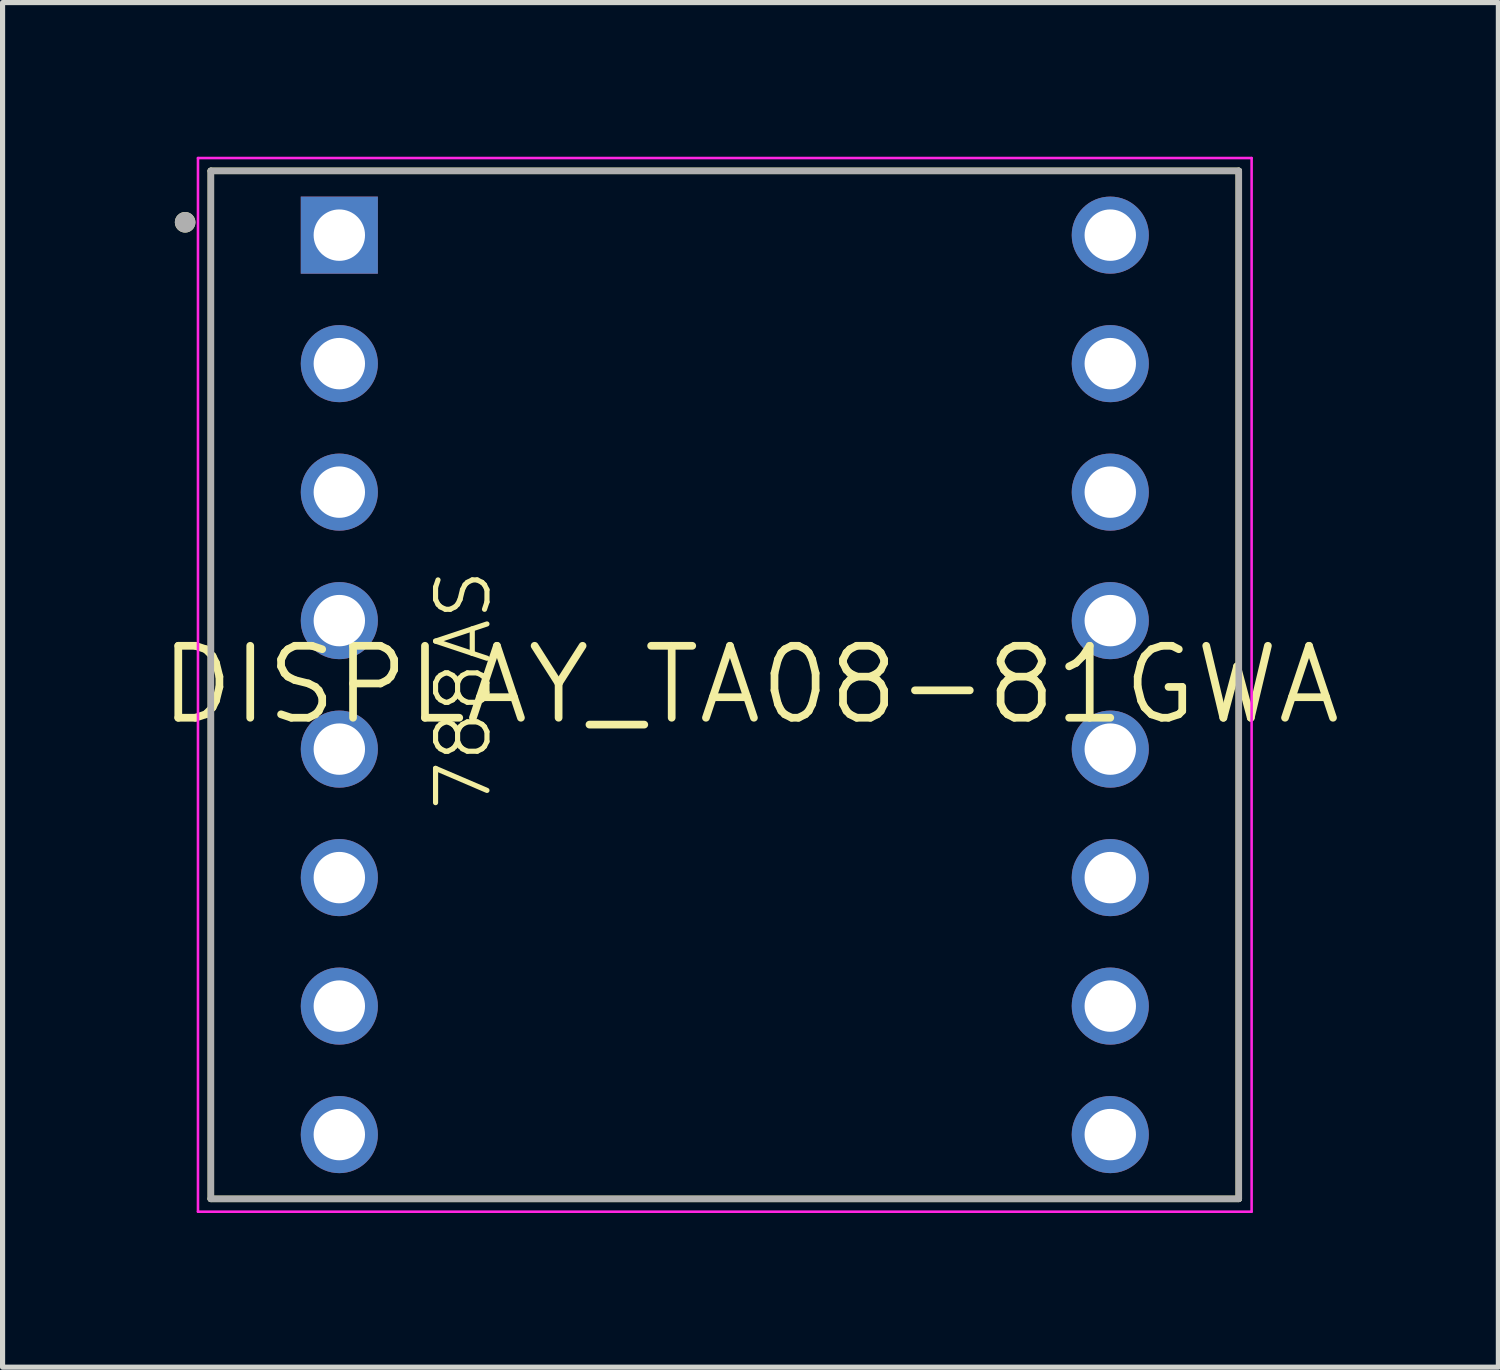
<source format=kicad_pcb>
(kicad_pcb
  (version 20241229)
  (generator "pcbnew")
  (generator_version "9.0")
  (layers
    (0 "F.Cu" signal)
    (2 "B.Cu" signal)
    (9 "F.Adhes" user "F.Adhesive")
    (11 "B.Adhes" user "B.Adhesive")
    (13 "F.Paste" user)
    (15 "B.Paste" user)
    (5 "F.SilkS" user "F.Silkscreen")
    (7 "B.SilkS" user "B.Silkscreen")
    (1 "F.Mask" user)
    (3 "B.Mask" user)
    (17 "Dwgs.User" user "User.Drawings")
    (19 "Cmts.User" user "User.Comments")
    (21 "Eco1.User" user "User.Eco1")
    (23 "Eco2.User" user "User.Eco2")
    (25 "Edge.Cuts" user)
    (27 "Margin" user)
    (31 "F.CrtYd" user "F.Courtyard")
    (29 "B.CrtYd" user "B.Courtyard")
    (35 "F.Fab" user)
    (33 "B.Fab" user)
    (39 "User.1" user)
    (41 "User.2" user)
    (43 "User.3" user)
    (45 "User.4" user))
  (footprint "DISPLAY_TA08-81GWA"
    (layer "F.Cu")
    (at 11.052 10.275)
    (property "Reference" "DISPLAY_TA08-81GWA" (at 0.5 0 0) (layer "F.SilkS") (effects (font (size 1.4 1.4) (thickness 0.15))))
    (attr through_hole)
    (fp_line (start -10 -10) (end -10 10) (stroke (width 0.127) (type solid)) (layer "F.SilkS"))
    (fp_line (start -10 10) (end 10 10) (stroke (width 0.127) (type solid)) (layer "F.SilkS"))
    (fp_line (start 10 -10) (end -10 -10) (stroke (width 0.127) (type solid)) (layer "F.SilkS"))
    (fp_line (start 10 10) (end 10 -10) (stroke (width 0.127) (type solid)) (layer "F.SilkS"))
    (fp_circle (center -10.5 -9) (end -10.4 -9) (stroke (width 0.2) (type solid)) (fill no) (layer "F.SilkS"))
    (fp_line (start -10.25 -10.25) (end -10.25 10.25) (stroke (width 0.05) (type solid)) (layer "F.CrtYd"))
    (fp_line (start -10.25 10.25) (end 10.25 10.25) (stroke (width 0.05) (type solid)) (layer "F.CrtYd"))
    (fp_line (start 10.25 -10.25) (end -10.25 -10.25) (stroke (width 0.05) (type solid)) (layer "F.CrtYd"))
    (fp_line (start 10.25 10.25) (end 10.25 -10.25) (stroke (width 0.05) (type solid)) (layer "F.CrtYd"))
    (fp_line (start -10 -10) (end -10 10) (stroke (width 0.127) (type solid)) (layer "F.Fab"))
    (fp_line (start -10 10) (end 10 10) (stroke (width 0.127) (type solid)) (layer "F.Fab"))
    (fp_line (start 10 -10) (end -10 -10) (stroke (width 0.127) (type solid)) (layer "F.Fab"))
    (fp_line (start 10 10) (end 10 -10) (stroke (width 0.127) (type solid)) (layer "F.Fab"))
    (fp_circle (center -10.5 -9) (end -10.4 -9) (stroke (width 0.2) (type solid)) (fill no) (layer "F.Fab"))
    (fp_text user "788AS" (at -4.5 2.5 90) (unlocked yes) (layer "F.SilkS") (effects (font (size 1 1) (thickness 0.1)) (justify left bottom)))
    (pad "1" thru_hole rect (at -7.5 -8.75) (size 1.5 1.5) (drill 1) (layers "*.Cu" "*.Mask"))
    (pad "2" thru_hole circle (at -7.5 -6.25) (size 1.5 1.5) (drill 1) (layers "*.Cu" "*.Mask"))
    (pad "3" thru_hole circle (at -7.5 -3.75) (size 1.5 1.5) (drill 1) (layers "*.Cu" "*.Mask"))
    (pad "4" thru_hole circle (at -7.5 -1.25) (size 1.5 1.5) (drill 1) (layers "*.Cu" "*.Mask"))
    (pad "5" thru_hole circle (at -7.5 1.25) (size 1.5 1.5) (drill 1) (layers "*.Cu" "*.Mask"))
    (pad "6" thru_hole circle (at -7.5 3.75) (size 1.5 1.5) (drill 1) (layers "*.Cu" "*.Mask"))
    (pad "7" thru_hole circle (at -7.5 6.25) (size 1.5 1.5) (drill 1) (layers "*.Cu" "*.Mask"))
    (pad "8" thru_hole circle (at -7.5 8.75) (size 1.5 1.5) (drill 1) (layers "*.Cu" "*.Mask"))
    (pad "9" thru_hole circle (at 7.5 8.75) (size 1.5 1.5) (drill 1) (layers "*.Cu" "*.Mask"))
    (pad "10" thru_hole circle (at 7.5 6.25) (size 1.5 1.5) (drill 1) (layers "*.Cu" "*.Mask"))
    (pad "11" thru_hole circle (at 7.5 3.75) (size 1.5 1.5) (drill 1) (layers "*.Cu" "*.Mask"))
    (pad "12" thru_hole circle (at 7.5 1.25) (size 1.5 1.5) (drill 1) (layers "*.Cu" "*.Mask"))
    (pad "13" thru_hole circle (at 7.5 -1.25) (size 1.5 1.5) (drill 1) (layers "*.Cu" "*.Mask"))
    (pad "14" thru_hole circle (at 7.5 -3.75) (size 1.5 1.5) (drill 1) (layers "*.Cu" "*.Mask"))
    (pad "15" thru_hole circle (at 7.5 -6.25) (size 1.5 1.5) (drill 1) (layers "*.Cu" "*.Mask"))
    (pad "16" thru_hole circle (at 7.5 -8.75) (size 1.5 1.5) (drill 1) (layers "*.Cu" "*.Mask")))
  (gr_rect
    (start -3 -3)
    (end 26.103 23.55)
    (stroke (width 0.1) (type default))
    (fill no)
    (layer "Edge.Cuts")))
</source>
